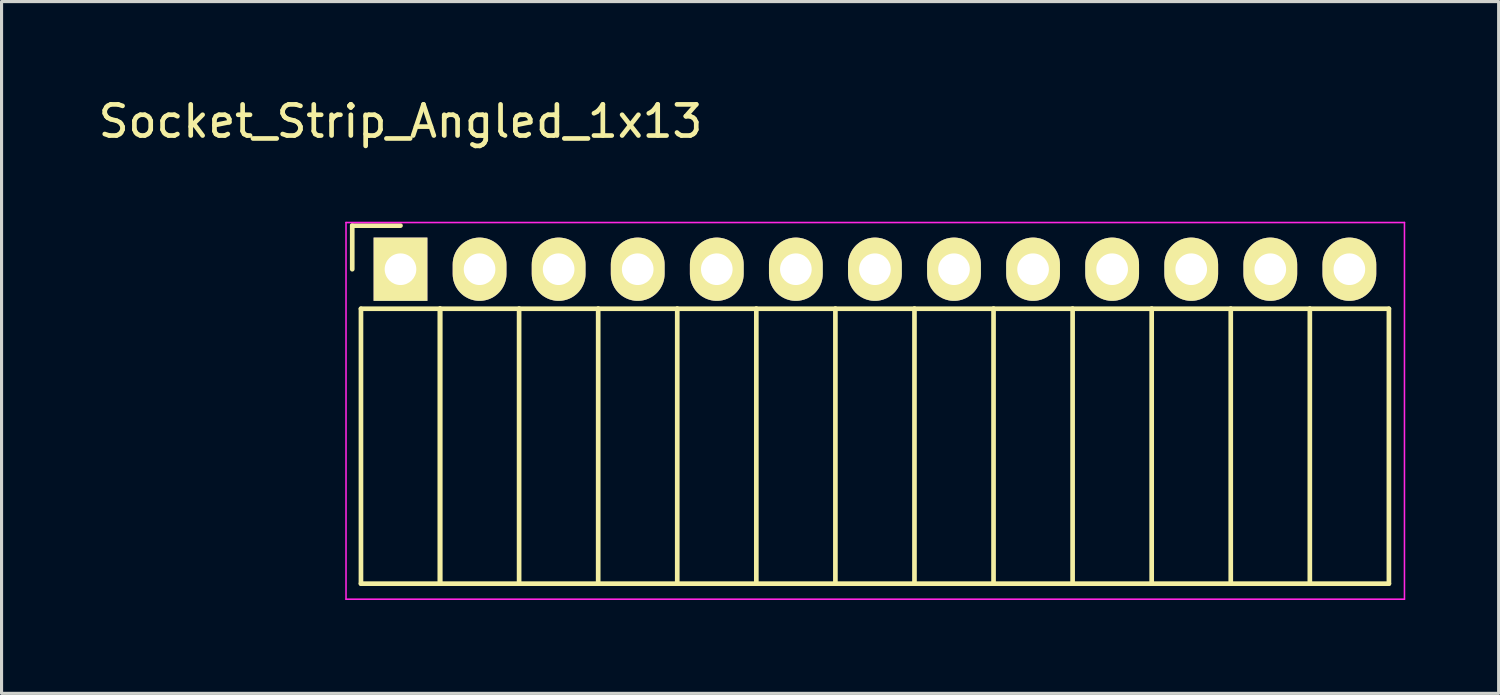
<source format=kicad_pcb>
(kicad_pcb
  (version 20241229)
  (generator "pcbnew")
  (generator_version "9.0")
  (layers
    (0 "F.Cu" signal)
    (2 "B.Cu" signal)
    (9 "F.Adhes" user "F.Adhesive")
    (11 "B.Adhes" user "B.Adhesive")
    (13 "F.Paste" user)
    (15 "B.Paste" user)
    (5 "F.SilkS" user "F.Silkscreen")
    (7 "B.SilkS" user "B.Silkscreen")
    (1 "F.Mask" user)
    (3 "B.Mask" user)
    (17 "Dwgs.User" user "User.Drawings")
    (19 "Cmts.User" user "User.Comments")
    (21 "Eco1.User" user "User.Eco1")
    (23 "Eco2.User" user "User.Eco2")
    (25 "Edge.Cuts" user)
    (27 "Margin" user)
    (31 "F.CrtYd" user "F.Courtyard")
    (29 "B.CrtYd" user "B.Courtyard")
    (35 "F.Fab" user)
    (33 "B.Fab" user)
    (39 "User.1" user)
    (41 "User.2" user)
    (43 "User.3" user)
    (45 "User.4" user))
  (footprint "Socket_Strip_Angled_1x13"
    (layer "F.Cu")
    (at 9.815 5.598)
    (property "Reference" "Socket_Strip_Angled_1x13" (at 0 -4.75 0) (layer "F.SilkS") (effects (font (size 1 1) (thickness 0.15))))
    (attr through_hole)
    (fp_line (start -1.55 -1.4) (end -1.55 0) (stroke (width 0.15) (type solid)) (layer "F.SilkS"))
    (fp_line (start -1.27 1.27) (end -1.27 10.1) (stroke (width 0.15) (type solid)) (layer "F.SilkS"))
    (fp_line (start -1.27 1.27) (end 1.27 1.27) (stroke (width 0.15) (type solid)) (layer "F.SilkS"))
    (fp_line (start -1.27 10.1) (end 1.27 10.1) (stroke (width 0.15) (type solid)) (layer "F.SilkS"))
    (fp_line (start 0 -1.4) (end -1.55 -1.4) (stroke (width 0.15) (type solid)) (layer "F.SilkS"))
    (fp_line (start 1.27 1.27) (end 1.27 10.1) (stroke (width 0.15) (type solid)) (layer "F.SilkS"))
    (fp_line (start 1.27 1.27) (end 3.81 1.27) (stroke (width 0.15) (type solid)) (layer "F.SilkS"))
    (fp_line (start 1.27 10.1) (end 1.27 1.27) (stroke (width 0.15) (type solid)) (layer "F.SilkS"))
    (fp_line (start 1.27 10.1) (end 3.81 10.1) (stroke (width 0.15) (type solid)) (layer "F.SilkS"))
    (fp_line (start 3.81 1.27) (end 6.35 1.27) (stroke (width 0.15) (type solid)) (layer "F.SilkS"))
    (fp_line (start 3.81 10.1) (end 3.81 1.27) (stroke (width 0.15) (type solid)) (layer "F.SilkS"))
    (fp_line (start 3.81 10.1) (end 6.35 10.1) (stroke (width 0.15) (type solid)) (layer "F.SilkS"))
    (fp_line (start 6.35 1.27) (end 8.89 1.27) (stroke (width 0.15) (type solid)) (layer "F.SilkS"))
    (fp_line (start 6.35 10.1) (end 6.35 1.27) (stroke (width 0.15) (type solid)) (layer "F.SilkS"))
    (fp_line (start 6.35 10.1) (end 8.89 10.1) (stroke (width 0.15) (type solid)) (layer "F.SilkS"))
    (fp_line (start 8.89 1.27) (end 11.43 1.27) (stroke (width 0.15) (type solid)) (layer "F.SilkS"))
    (fp_line (start 8.89 10.1) (end 8.89 1.27) (stroke (width 0.15) (type solid)) (layer "F.SilkS"))
    (fp_line (start 8.89 10.1) (end 11.43 10.1) (stroke (width 0.15) (type solid)) (layer "F.SilkS"))
    (fp_line (start 11.43 1.27) (end 13.97 1.27) (stroke (width 0.15) (type solid)) (layer "F.SilkS"))
    (fp_line (start 11.43 10.1) (end 11.43 1.27) (stroke (width 0.15) (type solid)) (layer "F.SilkS"))
    (fp_line (start 11.43 10.1) (end 13.97 10.1) (stroke (width 0.15) (type solid)) (layer "F.SilkS"))
    (fp_line (start 13.97 1.27) (end 16.51 1.27) (stroke (width 0.15) (type solid)) (layer "F.SilkS"))
    (fp_line (start 13.97 10.1) (end 13.97 1.27) (stroke (width 0.15) (type solid)) (layer "F.SilkS"))
    (fp_line (start 13.97 10.1) (end 16.51 10.1) (stroke (width 0.15) (type solid)) (layer "F.SilkS"))
    (fp_line (start 16.51 1.27) (end 19.05 1.27) (stroke (width 0.15) (type solid)) (layer "F.SilkS"))
    (fp_line (start 16.51 10.1) (end 16.51 1.27) (stroke (width 0.15) (type solid)) (layer "F.SilkS"))
    (fp_line (start 16.51 10.1) (end 19.05 10.1) (stroke (width 0.15) (type solid)) (layer "F.SilkS"))
    (fp_line (start 19.05 1.27) (end 21.59 1.27) (stroke (width 0.15) (type solid)) (layer "F.SilkS"))
    (fp_line (start 19.05 10.1) (end 19.05 1.27) (stroke (width 0.15) (type solid)) (layer "F.SilkS"))
    (fp_line (start 19.05 10.1) (end 21.59 10.1) (stroke (width 0.15) (type solid)) (layer "F.SilkS"))
    (fp_line (start 21.59 1.27) (end 24.13 1.27) (stroke (width 0.15) (type solid)) (layer "F.SilkS"))
    (fp_line (start 21.59 10.1) (end 21.59 1.27) (stroke (width 0.15) (type solid)) (layer "F.SilkS"))
    (fp_line (start 21.59 10.1) (end 24.13 10.1) (stroke (width 0.15) (type solid)) (layer "F.SilkS"))
    (fp_line (start 24.13 1.27) (end 26.67 1.27) (stroke (width 0.15) (type solid)) (layer "F.SilkS"))
    (fp_line (start 24.13 10.1) (end 24.13 1.27) (stroke (width 0.15) (type solid)) (layer "F.SilkS"))
    (fp_line (start 24.13 10.1) (end 26.67 10.1) (stroke (width 0.15) (type solid)) (layer "F.SilkS"))
    (fp_line (start 26.67 1.27) (end 29.21 1.27) (stroke (width 0.15) (type solid)) (layer "F.SilkS"))
    (fp_line (start 26.67 10.1) (end 26.67 1.27) (stroke (width 0.15) (type solid)) (layer "F.SilkS"))
    (fp_line (start 26.67 10.1) (end 29.21 10.1) (stroke (width 0.15) (type solid)) (layer "F.SilkS"))
    (fp_line (start 29.21 1.27) (end 31.75 1.27) (stroke (width 0.15) (type solid)) (layer "F.SilkS"))
    (fp_line (start 29.21 10.1) (end 29.21 1.27) (stroke (width 0.15) (type solid)) (layer "F.SilkS"))
    (fp_line (start 29.21 10.1) (end 31.75 10.1) (stroke (width 0.15) (type solid)) (layer "F.SilkS"))
    (fp_line (start 31.75 10.1) (end 31.75 1.27) (stroke (width 0.15) (type solid)) (layer "F.SilkS"))
    (fp_line (start -1.75 -1.5) (end -1.75 10.6) (stroke (width 0.05) (type solid)) (layer "F.CrtYd"))
    (fp_line (start -1.75 -1.5) (end 32.25 -1.5) (stroke (width 0.05) (type solid)) (layer "F.CrtYd"))
    (fp_line (start -1.75 10.6) (end 32.25 10.6) (stroke (width 0.05) (type solid)) (layer "F.CrtYd"))
    (fp_line (start 32.25 -1.5) (end 32.25 10.6) (stroke (width 0.05) (type solid)) (layer "F.CrtYd"))
    (pad "1" thru_hole rect (at 0 0) (size 1.727 2.032) (drill 1.016) (layers "*.Cu" "*.Mask" "F.SilkS"))
    (pad "2" thru_hole oval (at 2.54 0) (size 1.727 2.032) (drill 1.016) (layers "*.Cu" "*.Mask" "F.SilkS"))
    (pad "3" thru_hole oval (at 5.08 0) (size 1.727 2.032) (drill 1.016) (layers "*.Cu" "*.Mask" "F.SilkS"))
    (pad "4" thru_hole oval (at 7.62 0) (size 1.727 2.032) (drill 1.016) (layers "*.Cu" "*.Mask" "F.SilkS"))
    (pad "5" thru_hole oval (at 10.16 0) (size 1.727 2.032) (drill 1.016) (layers "*.Cu" "*.Mask" "F.SilkS"))
    (pad "6" thru_hole oval (at 12.7 0) (size 1.727 2.032) (drill 1.016) (layers "*.Cu" "*.Mask" "F.SilkS"))
    (pad "7" thru_hole oval (at 15.24 0) (size 1.727 2.032) (drill 1.016) (layers "*.Cu" "*.Mask" "F.SilkS"))
    (pad "8" thru_hole oval (at 17.78 0) (size 1.727 2.032) (drill 1.016) (layers "*.Cu" "*.Mask" "F.SilkS"))
    (pad "9" thru_hole oval (at 20.32 0) (size 1.727 2.032) (drill 1.016) (layers "*.Cu" "*.Mask" "F.SilkS"))
    (pad "10" thru_hole oval (at 22.86 0) (size 1.727 2.032) (drill 1.016) (layers "*.Cu" "*.Mask" "F.SilkS"))
    (pad "11" thru_hole oval (at 25.4 0) (size 1.727 2.032) (drill 1.016) (layers "*.Cu" "*.Mask" "F.SilkS"))
    (pad "12" thru_hole oval (at 27.94 0) (size 1.727 2.032) (drill 1.016) (layers "*.Cu" "*.Mask" "F.SilkS"))
    (pad "13" thru_hole oval (at 30.48 0) (size 1.727 2.032) (drill 1.016) (layers "*.Cu" "*.Mask" "F.SilkS")))
  (gr_rect
    (start -3 -3)
    (end 45.09 19.223)
    (stroke (width 0.1) (type default))
    (fill no)
    (layer "Edge.Cuts")))
</source>
